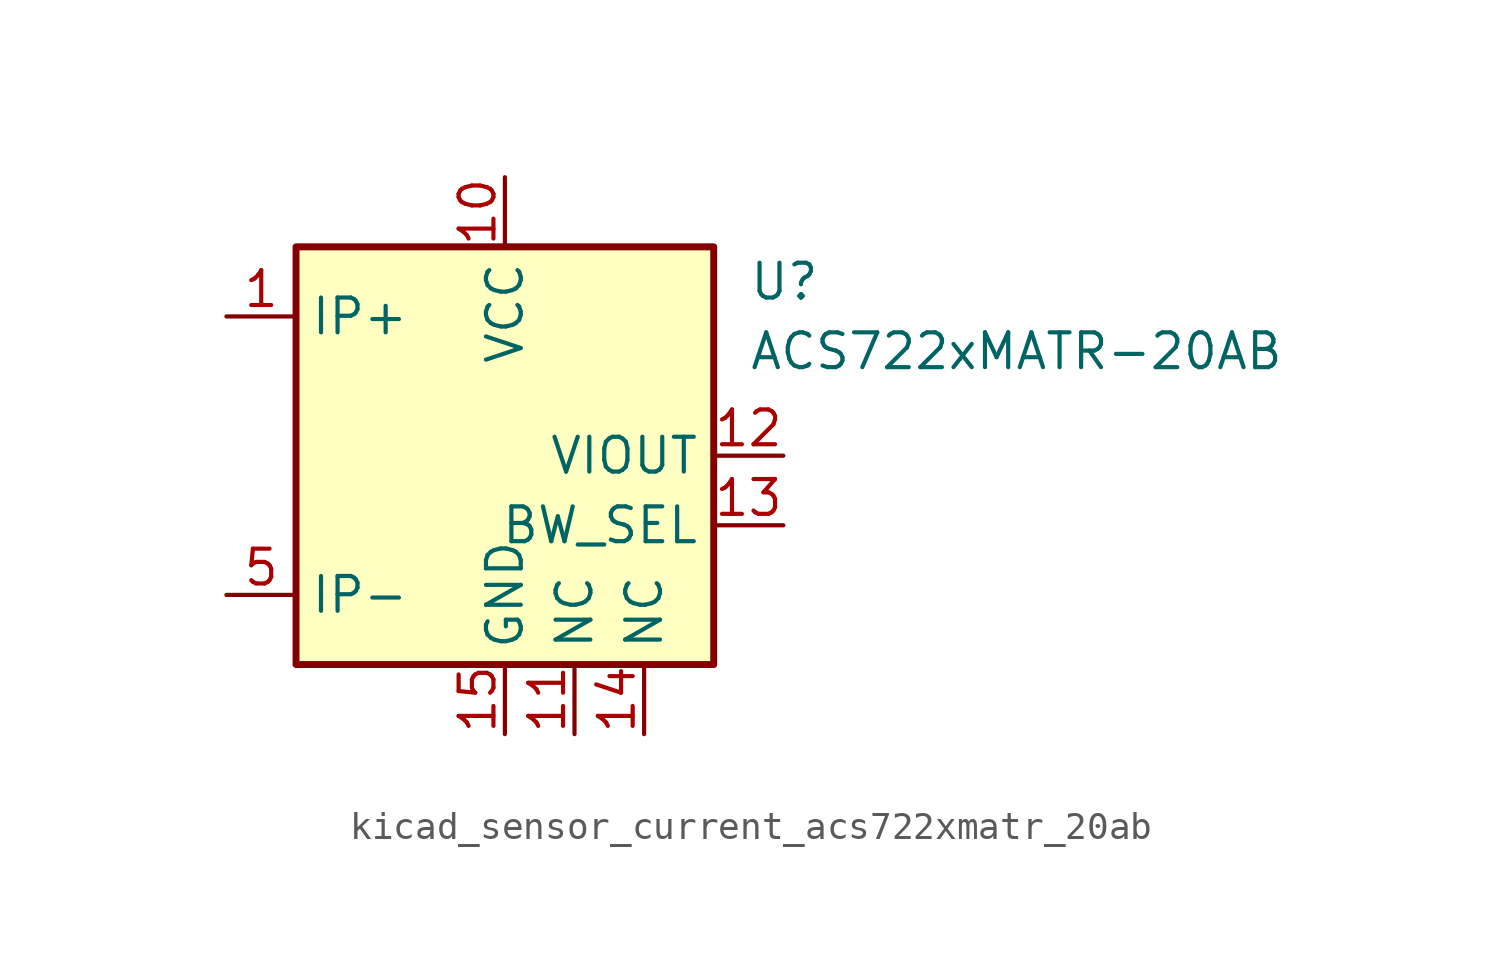
<source format=kicad_sym>
(kicad_symbol_lib
  (version 20220914)
  (generator kicad_symbol_editor)
  (symbol "kicad_sensor_current_acs722xmatr_20ab"
    (property "Reference" "U"
      (at 8.89 6.35 0)
      (effects (font (size 1.27 1.27)) (justify left)))
    (property "Value" "ACS722xMATR-20AB"
      (at 8.89 3.81 0)
      (effects (font (size 1.27 1.27)) (justify left)))
    (symbol "kicad_sensor_current_acs722xmatr_20ab_0_1"
      (rectangle (start -7.62 7.62) (end 7.62 -7.62) (stroke (width 0.254) (type default)) (fill (type background))))
    (symbol "kicad_sensor_current_acs722xmatr_20ab_1_1"
      (pin passive line (at -10.16 5.08 0) (length 2.54) (name "IP+" (effects (font (size 1.27 1.27)))) (number "1" (effects (font (size 1.27 1.27)))))
      (pin power_in line (at 0 10.16 270) (length 2.54) (name "VCC" (effects (font (size 1.27 1.27)))) (number "10" (effects (font (size 1.27 1.27)))))
      (pin passive line (at 2.54 -10.16 90) (length 2.54) (name "NC" (effects (font (size 1.27 1.27)))) (number "11" (effects (font (size 1.27 1.27)))))
      (pin output line (at 10.16 0 180) (length 2.54) (name "VIOUT" (effects (font (size 1.27 1.27)))) (number "12" (effects (font (size 1.27 1.27)))))
      (pin input line (at 10.16 -2.54 180) (length 2.54) (name "BW_SEL" (effects (font (size 1.27 1.27)))) (number "13" (effects (font (size 1.27 1.27)))))
      (pin passive line (at 5.08 -10.16 90) (length 2.54) (name "NC" (effects (font (size 1.27 1.27)))) (number "14" (effects (font (size 1.27 1.27)))))
      (pin power_in line (at 0 -10.16 90) (length 2.54) (name "GND" (effects (font (size 1.27 1.27)))) (number "15" (effects (font (size 1.27 1.27)))))
      (pin no_connect line (at 7.62 2.54 180) (length 2.54) hide (name "NC" (effects (font (size 1.27 1.27)))) (number "16" (effects (font (size 1.27 1.27)))))
      (pin passive line (at -10.16 5.08 0) (length 2.54) hide (name "IP+" (effects (font (size 1.27 1.27)))) (number "2" (effects (font (size 1.27 1.27)))))
      (pin passive line (at -10.16 5.08 0) (length 2.54) hide (name "IP+" (effects (font (size 1.27 1.27)))) (number "3" (effects (font (size 1.27 1.27)))))
      (pin passive line (at -10.16 5.08 0) (length 2.54) hide (name "IP+" (effects (font (size 1.27 1.27)))) (number "4" (effects (font (size 1.27 1.27)))))
      (pin passive line (at -10.16 -5.08 0) (length 2.54) (name "IP-" (effects (font (size 1.27 1.27)))) (number "5" (effects (font (size 1.27 1.27)))))
      (pin passive line (at -10.16 -5.08 0) (length 2.54) hide (name "IP-" (effects (font (size 1.27 1.27)))) (number "6" (effects (font (size 1.27 1.27)))))
      (pin passive line (at -10.16 -5.08 0) (length 2.54) hide (name "IP-" (effects (font (size 1.27 1.27)))) (number "7" (effects (font (size 1.27 1.27)))))
      (pin passive line (at -10.16 -5.08 0) (length 2.54) hide (name "IP-" (effects (font (size 1.27 1.27)))) (number "8" (effects (font (size 1.27 1.27)))))
      (pin no_connect line (at 7.62 5.08 180) (length 2.54) hide (name "NC" (effects (font (size 1.27 1.27)))) (number "9" (effects (font (size 1.27 1.27))))))))
</source>
